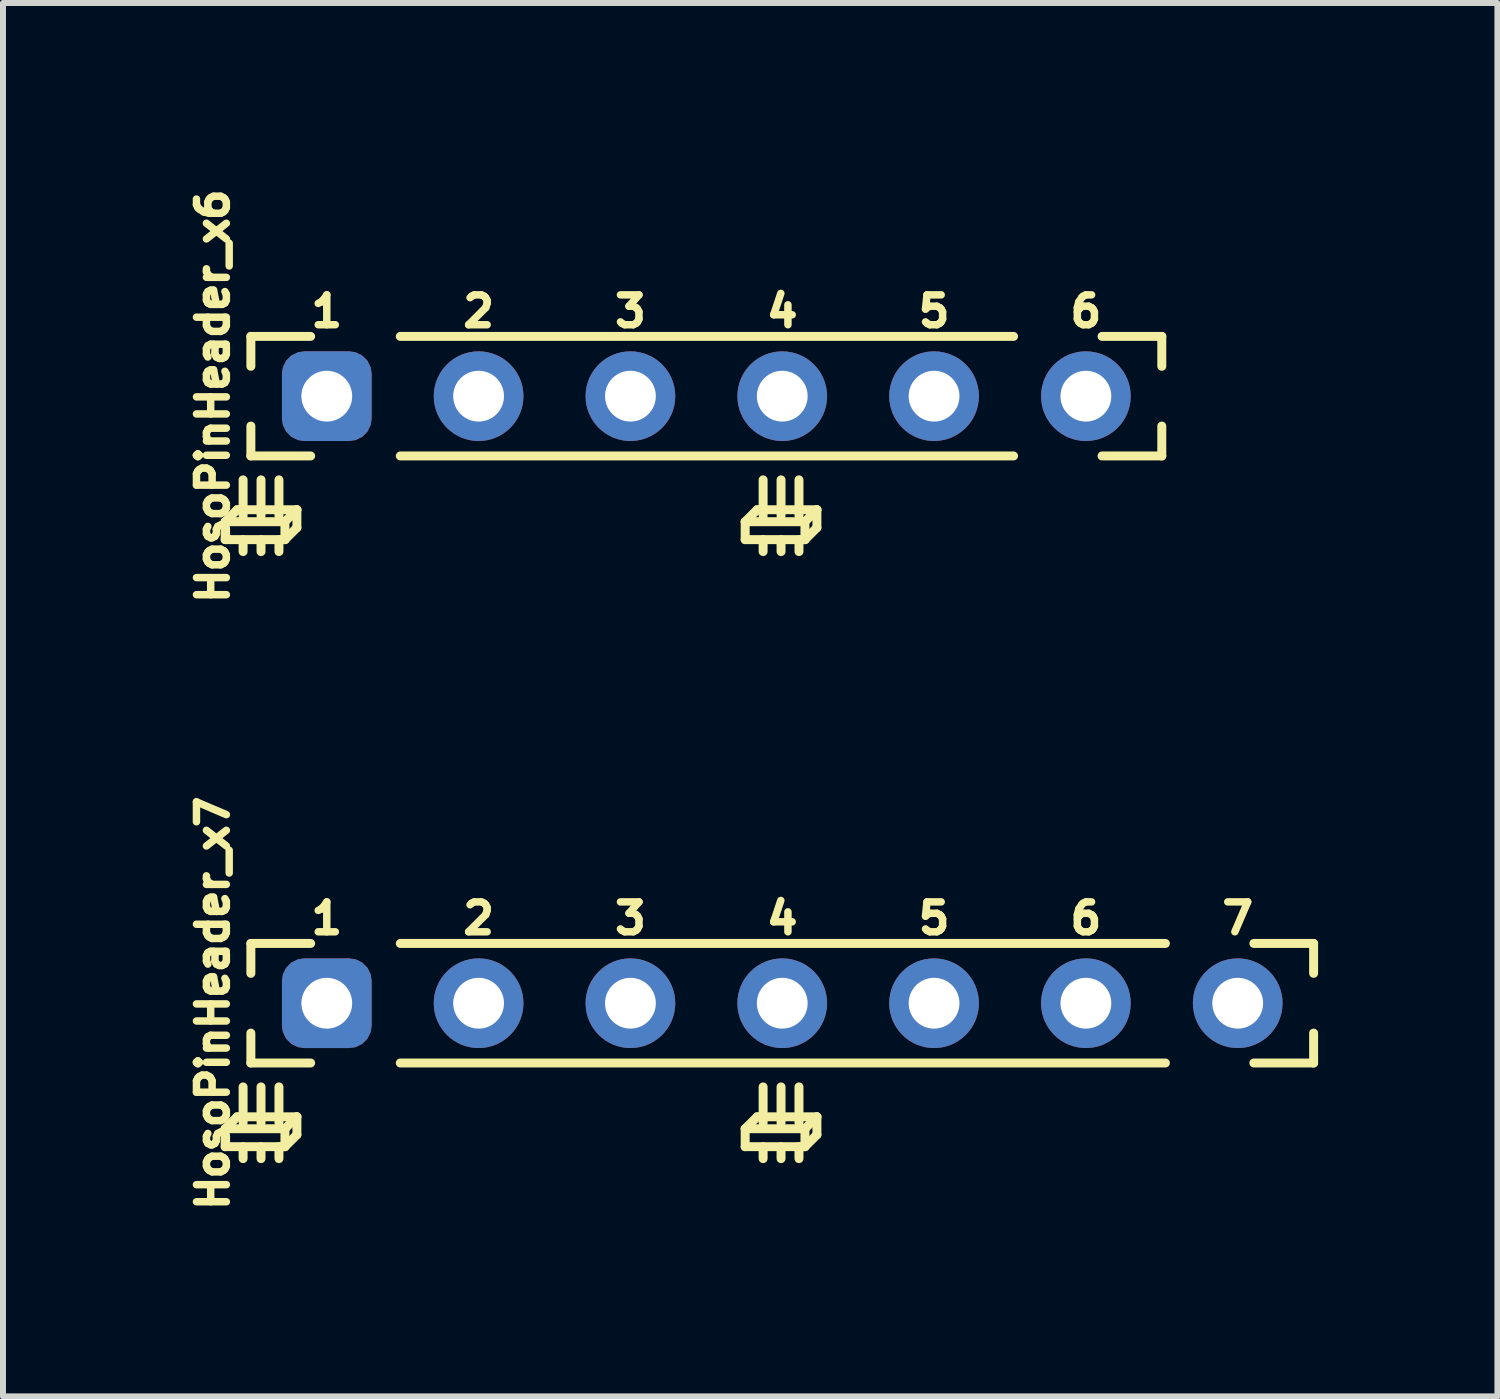
<source format=kicad_pcb>
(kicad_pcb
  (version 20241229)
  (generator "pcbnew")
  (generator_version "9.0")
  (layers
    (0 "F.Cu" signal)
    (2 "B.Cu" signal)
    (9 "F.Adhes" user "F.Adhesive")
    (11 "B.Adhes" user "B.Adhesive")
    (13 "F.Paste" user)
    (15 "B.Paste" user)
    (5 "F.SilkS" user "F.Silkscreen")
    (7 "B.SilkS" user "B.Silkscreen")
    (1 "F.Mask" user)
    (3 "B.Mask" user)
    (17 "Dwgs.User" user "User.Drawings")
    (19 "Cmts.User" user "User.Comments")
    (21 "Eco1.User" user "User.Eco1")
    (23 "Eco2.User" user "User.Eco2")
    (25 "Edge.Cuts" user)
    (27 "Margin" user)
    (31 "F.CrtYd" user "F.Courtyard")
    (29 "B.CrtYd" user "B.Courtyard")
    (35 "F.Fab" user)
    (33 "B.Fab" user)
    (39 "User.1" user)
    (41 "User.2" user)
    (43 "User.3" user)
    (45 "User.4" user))
  (footprint "HosoPinHeader_x6"
    (layer "F.Cu")
    (at 2.417 3.578)
    (property "Reference" "HosoPinHeader_x6" (at -1.905 0 90) (layer "F.SilkS") (effects (font (size 0.5 0.5) (thickness 0.125))))
    (attr through_hole)
    (fp_line (start -1.7 2.1) (end -1.5 1.9) (stroke (width 0.15) (type solid)) (layer "F.SilkS"))
    (fp_line (start -1.7 2.1) (end -0.7 2.1) (stroke (width 0.15) (type solid)) (layer "F.SilkS"))
    (fp_line (start -1.7 2.4) (end -1.7 2.1) (stroke (width 0.15) (type solid)) (layer "F.SilkS"))
    (fp_line (start -1.5 1.9) (end -0.5 1.9) (stroke (width 0.15) (type solid)) (layer "F.SilkS"))
    (fp_line (start -1.4 2) (end -1.4 1.4) (stroke (width 0.15) (type solid)) (layer "F.SilkS"))
    (fp_line (start -1.4 2.4) (end -1.4 2.6) (stroke (width 0.15) (type solid)) (layer "F.SilkS"))
    (fp_line (start -1.27 -1) (end -1.27 -0.5) (stroke (width 0.15) (type solid)) (layer "F.SilkS"))
    (fp_line (start -1.27 -1) (end -0.27 -1) (stroke (width 0.15) (type solid)) (layer "F.SilkS"))
    (fp_line (start -1.27 1) (end -1.27 0.5) (stroke (width 0.15) (type solid)) (layer "F.SilkS"))
    (fp_line (start -1.27 1) (end -0.27 1) (stroke (width 0.15) (type solid)) (layer "F.SilkS"))
    (fp_line (start -1.1 2) (end -1.1 1.4) (stroke (width 0.15) (type solid)) (layer "F.SilkS"))
    (fp_line (start -1.1 2.4) (end -1.1 2.6) (stroke (width 0.15) (type solid)) (layer "F.SilkS"))
    (fp_line (start -0.8 2) (end -0.8 1.4) (stroke (width 0.15) (type solid)) (layer "F.SilkS"))
    (fp_line (start -0.8 2.4) (end -0.8 2.6) (stroke (width 0.15) (type solid)) (layer "F.SilkS"))
    (fp_line (start -0.7 2.1) (end -0.7 2.4) (stroke (width 0.15) (type solid)) (layer "F.SilkS"))
    (fp_line (start -0.7 2.1) (end -0.5 1.9) (stroke (width 0.15) (type solid)) (layer "F.SilkS"))
    (fp_line (start -0.7 2.4) (end -1.7 2.4) (stroke (width 0.15) (type solid)) (layer "F.SilkS"))
    (fp_line (start -0.5 1.9) (end -0.5 2.2) (stroke (width 0.15) (type solid)) (layer "F.SilkS"))
    (fp_line (start -0.5 2.2) (end -0.7 2.4) (stroke (width 0.15) (type solid)) (layer "F.SilkS"))
    (fp_line (start 1.23 -1) (end 11.49 -1) (stroke (width 0.15) (type solid)) (layer "F.SilkS"))
    (fp_line (start 7 2.1) (end 7.2 1.9) (stroke (width 0.15) (type solid)) (layer "F.SilkS"))
    (fp_line (start 7 2.1) (end 8 2.1) (stroke (width 0.15) (type solid)) (layer "F.SilkS"))
    (fp_line (start 7 2.4) (end 7 2.1) (stroke (width 0.15) (type solid)) (layer "F.SilkS"))
    (fp_line (start 7.2 1.9) (end 8.2 1.9) (stroke (width 0.15) (type solid)) (layer "F.SilkS"))
    (fp_line (start 7.3 2) (end 7.3 1.4) (stroke (width 0.15) (type solid)) (layer "F.SilkS"))
    (fp_line (start 7.3 2.4) (end 7.3 2.6) (stroke (width 0.15) (type solid)) (layer "F.SilkS"))
    (fp_line (start 7.6 2) (end 7.6 1.4) (stroke (width 0.15) (type solid)) (layer "F.SilkS"))
    (fp_line (start 7.6 2.4) (end 7.6 2.6) (stroke (width 0.15) (type solid)) (layer "F.SilkS"))
    (fp_line (start 7.9 2) (end 7.9 1.4) (stroke (width 0.15) (type solid)) (layer "F.SilkS"))
    (fp_line (start 7.9 2.4) (end 7.9 2.6) (stroke (width 0.15) (type solid)) (layer "F.SilkS"))
    (fp_line (start 8 2.1) (end 8 2.4) (stroke (width 0.15) (type solid)) (layer "F.SilkS"))
    (fp_line (start 8 2.1) (end 8.2 1.9) (stroke (width 0.15) (type solid)) (layer "F.SilkS"))
    (fp_line (start 8 2.4) (end 7 2.4) (stroke (width 0.15) (type solid)) (layer "F.SilkS"))
    (fp_line (start 8.2 1.9) (end 8.2 2.2) (stroke (width 0.15) (type solid)) (layer "F.SilkS"))
    (fp_line (start 8.2 2.2) (end 8 2.4) (stroke (width 0.15) (type solid)) (layer "F.SilkS"))
    (fp_line (start 11.49 1) (end 1.23 1) (stroke (width 0.15) (type solid)) (layer "F.SilkS"))
    (fp_line (start 13.97 -1) (end 12.97 -1) (stroke (width 0.15) (type solid)) (layer "F.SilkS"))
    (fp_line (start 13.97 -0.5) (end 13.97 -1) (stroke (width 0.15) (type solid)) (layer "F.SilkS"))
    (fp_line (start 13.97 1) (end 12.97 1) (stroke (width 0.15) (type solid)) (layer "F.SilkS"))
    (fp_line (start 13.97 1) (end 13.97 0.5) (stroke (width 0.15) (type solid)) (layer "F.SilkS"))
    (fp_text user "5" (at 10.16 -1.42 0) (layer "F.SilkS") (effects (font (size 0.5 0.5) (thickness 0.125))))
    (fp_text user "2" (at 2.54 -1.42 0) (layer "F.SilkS") (effects (font (size 0.5 0.5) (thickness 0.125))))
    (fp_text user "6" (at 12.7 -1.42 0) (layer "F.SilkS") (effects (font (size 0.5 0.5) (thickness 0.125))))
    (fp_text user "1" (at 0 -1.42 0) (layer "F.SilkS") (effects (font (size 0.5 0.5) (thickness 0.125))))
    (fp_text user "4" (at 7.62 -1.42 0) (layer "F.SilkS") (effects (font (size 0.5 0.5) (thickness 0.125))))
    (fp_text user "3" (at 5.08 -1.42 0) (layer "F.SilkS") (effects (font (size 0.5 0.5) (thickness 0.125))))
    (pad "1" thru_hole roundrect (at 0 0 90) (size 1.5 1.5) (drill 0.85) (layers "*.Cu" "*.Mask") (roundrect_rratio 0.25))
    (pad "2" thru_hole circle (at 2.54 0) (size 1.5 1.5) (drill 0.85) (layers "*.Cu" "*.Mask"))
    (pad "3" thru_hole circle (at 5.08 0) (size 1.5 1.5) (drill 0.85) (layers "*.Cu" "*.Mask"))
    (pad "4" thru_hole circle (at 7.62 0) (size 1.5 1.5) (drill 0.85) (layers "*.Cu" "*.Mask"))
    (pad "5" thru_hole circle (at 10.16 0) (size 1.5 1.5) (drill 0.85) (layers "*.Cu" "*.Mask"))
    (pad "6" thru_hole circle (at 12.7 0) (size 1.5 1.5) (drill 0.85) (layers "*.Cu" "*.Mask")))
  (footprint "HosoPinHeader_x7"
    (layer "F.Cu")
    (at 2.417 13.734)
    (property "Reference" "HosoPinHeader_x7" (at -1.905 0 90) (layer "F.SilkS") (effects (font (size 0.5 0.5) (thickness 0.125))))
    (attr through_hole)
    (fp_line (start -1.7 2.1) (end -1.5 1.9) (stroke (width 0.15) (type solid)) (layer "F.SilkS"))
    (fp_line (start -1.7 2.1) (end -0.7 2.1) (stroke (width 0.15) (type solid)) (layer "F.SilkS"))
    (fp_line (start -1.7 2.4) (end -1.7 2.1) (stroke (width 0.15) (type solid)) (layer "F.SilkS"))
    (fp_line (start -1.5 1.9) (end -0.5 1.9) (stroke (width 0.15) (type solid)) (layer "F.SilkS"))
    (fp_line (start -1.4 2) (end -1.4 1.4) (stroke (width 0.15) (type solid)) (layer "F.SilkS"))
    (fp_line (start -1.4 2.4) (end -1.4 2.6) (stroke (width 0.15) (type solid)) (layer "F.SilkS"))
    (fp_line (start -1.27 -1) (end -1.27 -0.5) (stroke (width 0.15) (type solid)) (layer "F.SilkS"))
    (fp_line (start -1.27 -1) (end -0.27 -1) (stroke (width 0.15) (type solid)) (layer "F.SilkS"))
    (fp_line (start -1.27 1) (end -1.27 0.5) (stroke (width 0.15) (type solid)) (layer "F.SilkS"))
    (fp_line (start -1.27 1) (end -0.27 1) (stroke (width 0.15) (type solid)) (layer "F.SilkS"))
    (fp_line (start -1.1 2) (end -1.1 1.4) (stroke (width 0.15) (type solid)) (layer "F.SilkS"))
    (fp_line (start -1.1 2.4) (end -1.1 2.6) (stroke (width 0.15) (type solid)) (layer "F.SilkS"))
    (fp_line (start -0.8 2) (end -0.8 1.4) (stroke (width 0.15) (type solid)) (layer "F.SilkS"))
    (fp_line (start -0.8 2.4) (end -0.8 2.6) (stroke (width 0.15) (type solid)) (layer "F.SilkS"))
    (fp_line (start -0.7 2.1) (end -0.7 2.4) (stroke (width 0.15) (type solid)) (layer "F.SilkS"))
    (fp_line (start -0.7 2.1) (end -0.5 1.9) (stroke (width 0.15) (type solid)) (layer "F.SilkS"))
    (fp_line (start -0.7 2.4) (end -1.7 2.4) (stroke (width 0.15) (type solid)) (layer "F.SilkS"))
    (fp_line (start -0.5 1.9) (end -0.5 2.2) (stroke (width 0.15) (type solid)) (layer "F.SilkS"))
    (fp_line (start -0.5 2.2) (end -0.7 2.4) (stroke (width 0.15) (type solid)) (layer "F.SilkS"))
    (fp_line (start 1.23 -1) (end 14.03 -1) (stroke (width 0.15) (type solid)) (layer "F.SilkS"))
    (fp_line (start 7 2.1) (end 7.2 1.9) (stroke (width 0.15) (type solid)) (layer "F.SilkS"))
    (fp_line (start 7 2.1) (end 8 2.1) (stroke (width 0.15) (type solid)) (layer "F.SilkS"))
    (fp_line (start 7 2.4) (end 7 2.1) (stroke (width 0.15) (type solid)) (layer "F.SilkS"))
    (fp_line (start 7.2 1.9) (end 8.2 1.9) (stroke (width 0.15) (type solid)) (layer "F.SilkS"))
    (fp_line (start 7.3 2) (end 7.3 1.4) (stroke (width 0.15) (type solid)) (layer "F.SilkS"))
    (fp_line (start 7.3 2.4) (end 7.3 2.6) (stroke (width 0.15) (type solid)) (layer "F.SilkS"))
    (fp_line (start 7.6 2) (end 7.6 1.4) (stroke (width 0.15) (type solid)) (layer "F.SilkS"))
    (fp_line (start 7.6 2.4) (end 7.6 2.6) (stroke (width 0.15) (type solid)) (layer "F.SilkS"))
    (fp_line (start 7.9 2) (end 7.9 1.4) (stroke (width 0.15) (type solid)) (layer "F.SilkS"))
    (fp_line (start 7.9 2.4) (end 7.9 2.6) (stroke (width 0.15) (type solid)) (layer "F.SilkS"))
    (fp_line (start 8 2.1) (end 8 2.4) (stroke (width 0.15) (type solid)) (layer "F.SilkS"))
    (fp_line (start 8 2.1) (end 8.2 1.9) (stroke (width 0.15) (type solid)) (layer "F.SilkS"))
    (fp_line (start 8 2.4) (end 7 2.4) (stroke (width 0.15) (type solid)) (layer "F.SilkS"))
    (fp_line (start 8.2 1.9) (end 8.2 2.2) (stroke (width 0.15) (type solid)) (layer "F.SilkS"))
    (fp_line (start 8.2 2.2) (end 8 2.4) (stroke (width 0.15) (type solid)) (layer "F.SilkS"))
    (fp_line (start 14.03 1) (end 1.23 1) (stroke (width 0.15) (type solid)) (layer "F.SilkS"))
    (fp_line (start 16.51 -1) (end 15.51 -1) (stroke (width 0.15) (type solid)) (layer "F.SilkS"))
    (fp_line (start 16.51 -0.5) (end 16.51 -1) (stroke (width 0.15) (type solid)) (layer "F.SilkS"))
    (fp_line (start 16.51 1) (end 15.51 1) (stroke (width 0.15) (type solid)) (layer "F.SilkS"))
    (fp_line (start 16.51 1) (end 16.51 0.5) (stroke (width 0.15) (type solid)) (layer "F.SilkS"))
    (fp_text user "3" (at 5.08 -1.42 0) (layer "F.SilkS") (effects (font (size 0.5 0.5) (thickness 0.125))))
    (fp_text user "5" (at 10.16 -1.42 0) (layer "F.SilkS") (effects (font (size 0.5 0.5) (thickness 0.125))))
    (fp_text user "7" (at 15.24 -1.42 0) (layer "F.SilkS") (effects (font (size 0.5 0.5) (thickness 0.125))))
    (fp_text user "1" (at 0 -1.42 0) (layer "F.SilkS") (effects (font (size 0.5 0.5) (thickness 0.125))))
    (fp_text user "6" (at 12.7 -1.42 0) (layer "F.SilkS") (effects (font (size 0.5 0.5) (thickness 0.125))))
    (fp_text user "2" (at 2.54 -1.42 0) (layer "F.SilkS") (effects (font (size 0.5 0.5) (thickness 0.125))))
    (fp_text user "4" (at 7.62 -1.42 0) (layer "F.SilkS") (effects (font (size 0.5 0.5) (thickness 0.125))))
    (pad "1" thru_hole roundrect (at 0 0 90) (size 1.5 1.5) (drill 0.85) (layers "*.Cu" "*.Mask") (roundrect_rratio 0.25))
    (pad "2" thru_hole circle (at 2.54 0) (size 1.5 1.5) (drill 0.85) (layers "*.Cu" "*.Mask"))
    (pad "3" thru_hole circle (at 5.08 0) (size 1.5 1.5) (drill 0.85) (layers "*.Cu" "*.Mask"))
    (pad "4" thru_hole circle (at 7.62 0) (size 1.5 1.5) (drill 0.85) (layers "*.Cu" "*.Mask"))
    (pad "5" thru_hole circle (at 10.16 0) (size 1.5 1.5) (drill 0.85) (layers "*.Cu" "*.Mask"))
    (pad "6" thru_hole circle (at 12.7 0) (size 1.5 1.5) (drill 0.85) (layers "*.Cu" "*.Mask"))
    (pad "7" thru_hole circle (at 15.24 0) (size 1.5 1.5) (drill 0.85) (layers "*.Cu" "*.Mask")))
  (gr_rect
    (start -3 -3)
    (end 22.002 20.312)
    (stroke (width 0.1) (type default))
    (fill no)
    (layer "Edge.Cuts")))
</source>
